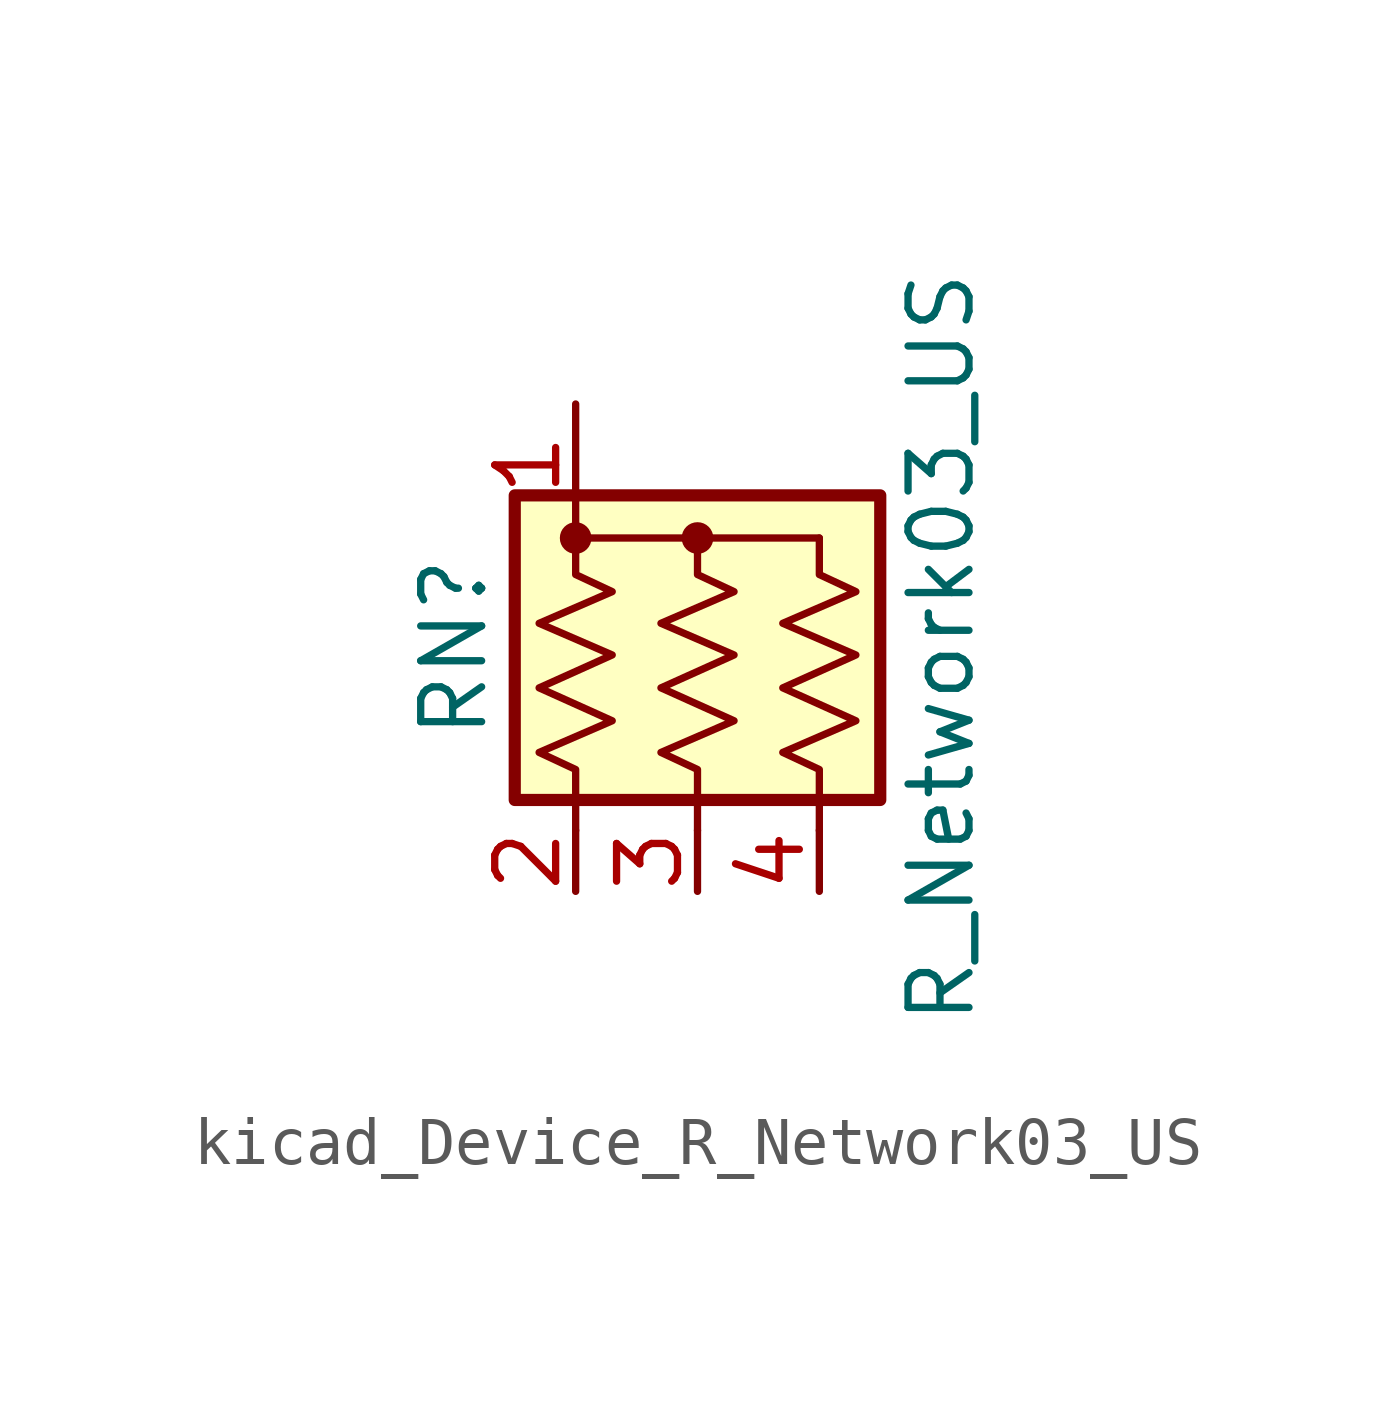
<source format=kicad_sym>
(kicad_symbol_lib
  (version 20220914)
  (generator kicad_symbol_editor)
  (symbol "kicad_Device_R_Network03_US"
    (pin_names
      (offset 0) hide)
    (property "Reference" "RN"
      (at -5.08 0 90)
      (effects (font (size 1.27 1.27))))
    (property "Value" "R_Network03_US"
      (at 5.08 0 90)
      (effects (font (size 1.27 1.27))))
    (symbol "kicad_Device_R_Network03_US_0_1"
      (rectangle (start -3.81 -3.175) (end 3.81 3.175) (stroke (width 0.254) (type default)) (fill (type background)))
      (circle (center -2.54 2.286) (radius 0.254) (stroke (width 0) (type default)) (fill (type outline)))
      (polyline (pts (xy -2.54 2.286) (xy 2.54 2.286)) (stroke (width 0) (type default)) (fill (type none)))
      (polyline (pts (xy -2.54 2.286) (xy -2.54 1.524) (xy -1.778 1.168) (xy -3.302 0.508) (xy -1.778 -0.152) (xy -3.302 -0.838) (xy -1.778 -1.524) (xy -3.302 -2.184) (xy -2.54 -2.54) (xy -2.54 -3.81)) (stroke (width 0) (type default)) (fill (type none)))
      (polyline (pts (xy 0 2.286) (xy 0 1.524) (xy 0.762 1.168) (xy -0.762 0.508) (xy 0.762 -0.152) (xy -0.762 -0.838) (xy 0.762 -1.524) (xy -0.762 -2.184) (xy 0 -2.54) (xy 0 -3.81)) (stroke (width 0) (type default)) (fill (type none)))
      (polyline (pts (xy 2.54 2.286) (xy 2.54 1.524) (xy 3.302 1.168) (xy 1.778 0.508) (xy 3.302 -0.152) (xy 1.778 -0.838) (xy 3.302 -1.524) (xy 1.778 -2.184) (xy 2.54 -2.54) (xy 2.54 -3.81)) (stroke (width 0) (type default)) (fill (type none)))
      (circle (center 0 2.286) (radius 0.254) (stroke (width 0) (type default)) (fill (type outline))))
    (symbol "kicad_Device_R_Network03_US_1_1"
      (pin passive line (at -2.54 5.08 270) (length 2.54) (name "common" (effects (font (size 1.27 1.27)))) (number "1" (effects (font (size 1.27 1.27)))))
      (pin passive line (at -2.54 -5.08 90) (length 1.27) (name "R1" (effects (font (size 1.27 1.27)))) (number "2" (effects (font (size 1.27 1.27)))))
      (pin passive line (at 0 -5.08 90) (length 1.27) (name "R2" (effects (font (size 1.27 1.27)))) (number "3" (effects (font (size 1.27 1.27)))))
      (pin passive line (at 2.54 -5.08 90) (length 1.27) (name "R3" (effects (font (size 1.27 1.27)))) (number "4" (effects (font (size 1.27 1.27))))))))
</source>
